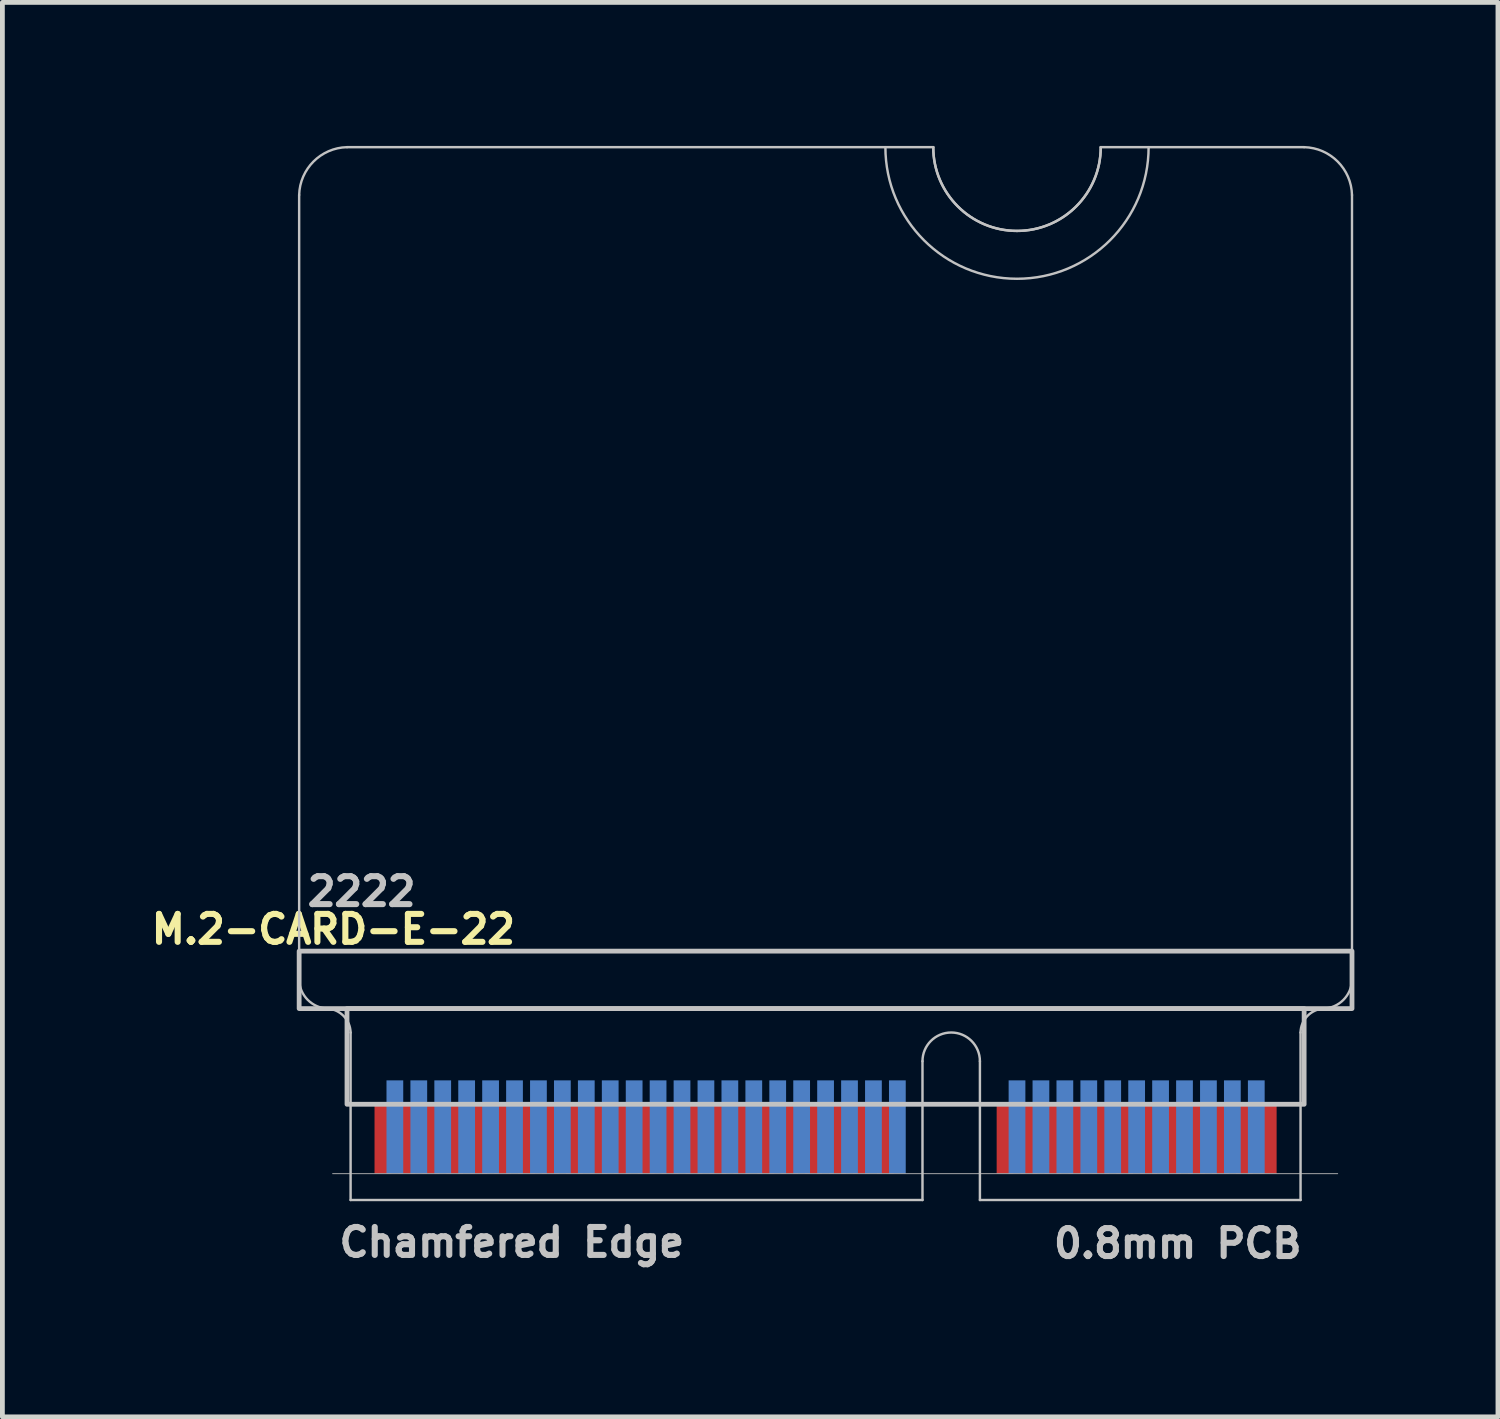
<source format=kicad_pcb>
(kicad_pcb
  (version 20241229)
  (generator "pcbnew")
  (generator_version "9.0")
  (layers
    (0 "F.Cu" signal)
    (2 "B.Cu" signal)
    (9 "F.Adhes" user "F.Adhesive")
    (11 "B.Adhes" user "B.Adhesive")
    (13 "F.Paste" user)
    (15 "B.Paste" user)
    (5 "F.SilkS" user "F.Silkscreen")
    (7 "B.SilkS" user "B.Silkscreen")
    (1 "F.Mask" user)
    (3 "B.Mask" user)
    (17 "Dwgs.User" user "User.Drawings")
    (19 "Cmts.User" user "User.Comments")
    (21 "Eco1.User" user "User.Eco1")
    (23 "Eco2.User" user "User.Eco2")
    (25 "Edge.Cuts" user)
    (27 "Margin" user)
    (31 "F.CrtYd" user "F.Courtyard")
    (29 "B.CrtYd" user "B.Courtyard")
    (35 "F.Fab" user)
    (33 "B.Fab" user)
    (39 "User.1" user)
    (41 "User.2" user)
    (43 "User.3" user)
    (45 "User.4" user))
  (footprint "M.2-CARD-E-22"
    (layer "F.Cu")
    (at 14.201 22.025)
    (property "Reference" "M.2-CARD-E-22" (at -10.285 -5.658 0) (layer "F.SilkS") (effects (font (size 0.584 0.584) (thickness 0.127))))
    (attr through_hole)
    (fp_poly (pts (xy 1.25 -22) (xy 2.25 -22) (xy 2.277 -21.696) (xy 2.356 -21.401) (xy 2.484 -21.125) (xy 2.659 -20.875) (xy 2.875 -20.659) (xy 3.125 -20.484) (xy 3.401 -20.356) (xy 3.696 -20.277) (xy 4 -20.25) (xy 4.304 -20.277) (xy 4.599 -20.356) (xy 4.875 -20.484) (xy 5.125 -20.659) (xy 5.341 -20.875) (xy 5.516 -21.125) (xy 5.644 -21.401) (xy 5.75 -22) (xy 6.75 -22) (xy 6.726 -21.641) (xy 6.656 -21.288) (xy 6.541 -20.948) (xy 6.382 -20.625) (xy 6.182 -20.326) (xy 5.945 -20.055) (xy 5.674 -19.818) (xy 5.375 -19.618) (xy 5.052 -19.459) (xy 4.712 -19.344) (xy 4 -19.25) (xy 3.641 -19.274) (xy 3.288 -19.344) (xy 2.948 -19.459) (xy 2.625 -19.618) (xy 2.326 -19.818) (xy 2.055 -20.055) (xy 1.818 -20.326) (xy 1.618 -20.625) (xy 1.459 -20.948) (xy 1.344 -21.288) (xy 1.274 -21.641)) (stroke (width 0) (type solid)) (fill yes) (layer "F.Mask"))
    (fp_line (start -11 -21) (end -11 -4.6) (stroke (width 0.051) (type solid)) (layer "Dwgs.User"))
    (fp_line (start -9.925 0) (end -9.925 -3.5) (stroke (width 0.051) (type solid)) (layer "Dwgs.User"))
    (fp_line (start 2.025 -2.9) (end 2.025 0) (stroke (width 0.051) (type solid)) (layer "Dwgs.User"))
    (fp_line (start 2.025 0) (end -9.925 0) (stroke (width 0.051) (type solid)) (layer "Dwgs.User"))
    (fp_line (start 2.25 -22) (end -10 -22) (stroke (width 0.051) (type solid)) (layer "Dwgs.User"))
    (fp_line (start 3.225 -2.9) (end 3.225 0) (stroke (width 0.051) (type solid)) (layer "Dwgs.User"))
    (fp_line (start 9.925 -3.5) (end 9.925 0) (stroke (width 0.051) (type solid)) (layer "Dwgs.User"))
    (fp_line (start 9.925 0) (end 3.225 0) (stroke (width 0.051) (type solid)) (layer "Dwgs.User"))
    (fp_line (start 10 -22) (end 5.75 -22) (stroke (width 0.051) (type solid)) (layer "Dwgs.User"))
    (fp_line (start 11 -21) (end 11 -4.6) (stroke (width 0.05) (type solid)) (layer "Dwgs.User"))
    (fp_arc (start -11 -21) (mid -10.7 -21.7) (end -10 -22) (stroke (width 0.05) (type solid)) (layer "Dwgs.User"))
    (fp_arc (start -10.400001 -3.999999) (mid -10.819362 -4.180638) (end -11 -4.6) (stroke (width 0.05) (type solid)) (layer "Dwgs.User"))
    (fp_arc (start -10.4 -4) (mid -10.066759 -3.840954) (end -9.925 -3.5) (stroke (width 0.0508) (type solid)) (layer "Dwgs.User"))
    (fp_arc (start 2.025 -2.9) (mid 2.625 -3.5) (end 3.225 -2.9) (stroke (width 0.0508) (type solid)) (layer "Dwgs.User"))
    (fp_arc (start 5.75 -22) (mid 4 -20.25) (end 2.25 -22) (stroke (width 0.0508) (type solid)) (layer "Dwgs.User"))
    (fp_arc (start 5.75 -22) (mid 4 -20.25) (end 2.25 -22) (stroke (width 0.0508) (type solid)) (layer "Dwgs.User"))
    (fp_arc (start 6.75 -22) (mid 4 -19.25) (end 1.25 -22) (stroke (width 0.0508) (type solid)) (layer "Dwgs.User"))
    (fp_arc (start 9.925 -3.5) (mid 10.065344 -3.842298) (end 10.4 -4) (stroke (width 0.0508) (type solid)) (layer "Dwgs.User"))
    (fp_arc (start 10 -22) (mid 10.7 -21.7) (end 11 -21) (stroke (width 0.05) (type solid)) (layer "Dwgs.User"))
    (fp_arc (start 10.999999 -4.599999) (mid 10.819361 -4.180638) (end 10.4 -4) (stroke (width 0.05) (type solid)) (layer "Dwgs.User"))
    (fp_poly (pts (xy 10 -4) (xy -10 -4) (xy -10 -2) (xy 10 -2)) (stroke (width 0.1) (type solid)) (fill no) (layer "Dwgs.User"))
    (fp_poly (pts (xy 11 -5.2) (xy -11 -5.2) (xy -11 -4) (xy 11 -4)) (stroke (width 0.1) (type solid)) (fill no) (layer "Dwgs.User"))
    (fp_line (start -10.3 -0.55) (end 10.7 -0.55) (stroke (width 0.02) (type solid)) (layer "F.Fab"))
    (fp_text user "2222" (at -8.5 -6.788 0) (layer "Dwgs.User") (effects (font (size 0.584 0.584) (thickness 0.127)) (justify right top)))
    (fp_text user "0.8mm PCB" (at 10.015 0.566 0) (layer "Dwgs.User") (effects (font (size 0.584 0.584) (thickness 0.127)) (justify right top)))
    (fp_text user "Chamfered Edge" (at -2.885 0.542 0) (layer "Dwgs.User") (effects (font (size 0.584 0.584) (thickness 0.127)) (justify right top)))
    (pad "1" smd rect (at 9.25 -1.275 180) (size 0.35 1.45) (layers "F.Cu" "F.Mask"))
    (pad "2" smd rect (at 9 -1.525) (size 0.35 1.95) (layers "B.Cu" "B.Mask"))
    (pad "3" smd rect (at 8.75 -1.275 180) (size 0.35 1.45) (layers "F.Cu" "F.Mask"))
    (pad "4" smd rect (at 8.5 -1.525) (size 0.35 1.95) (layers "B.Cu" "B.Mask"))
    (pad "5" smd rect (at 8.25 -1.275 180) (size 0.35 1.45) (layers "F.Cu" "F.Mask"))
    (pad "6" smd rect (at 8 -1.525) (size 0.35 1.95) (layers "B.Cu" "B.Mask"))
    (pad "7" smd rect (at 7.75 -1.275 180) (size 0.35 1.45) (layers "F.Cu" "F.Mask"))
    (pad "8" smd rect (at 7.5 -1.525) (size 0.35 1.95) (layers "B.Cu" "B.Mask"))
    (pad "9" smd rect (at 7.25 -1.275 180) (size 0.35 1.45) (layers "F.Cu" "F.Mask"))
    (pad "10" smd rect (at 7 -1.525) (size 0.35 1.95) (layers "B.Cu" "B.Mask"))
    (pad "11" smd rect (at 6.75 -1.275 180) (size 0.35 1.45) (layers "F.Cu" "F.Mask"))
    (pad "12" smd rect (at 6.5 -1.525) (size 0.35 1.95) (layers "B.Cu" "B.Mask"))
    (pad "13" smd rect (at 6.25 -1.275 180) (size 0.35 1.45) (layers "F.Cu" "F.Mask"))
    (pad "14" smd rect (at 6 -1.525) (size 0.35 1.95) (layers "B.Cu" "B.Mask"))
    (pad "15" smd rect (at 5.75 -1.275 180) (size 0.35 1.45) (layers "F.Cu" "F.Mask"))
    (pad "16" smd rect (at 5.5 -1.525) (size 0.35 1.95) (layers "B.Cu" "B.Mask"))
    (pad "17" smd rect (at 5.25 -1.275 180) (size 0.35 1.45) (layers "F.Cu" "F.Mask"))
    (pad "18" smd rect (at 5 -1.525) (size 0.35 1.95) (layers "B.Cu" "B.Mask"))
    (pad "19" smd rect (at 4.75 -1.275 180) (size 0.35 1.45) (layers "F.Cu" "F.Mask"))
    (pad "20" smd rect (at 4.5 -1.525) (size 0.35 1.95) (layers "B.Cu" "B.Mask"))
    (pad "21" smd rect (at 4.25 -1.275 180) (size 0.35 1.45) (layers "F.Cu" "F.Mask"))
    (pad "22" smd rect (at 4 -1.525) (size 0.35 1.95) (layers "B.Cu" "B.Mask"))
    (pad "23" smd rect (at 3.75 -1.275 180) (size 0.35 1.45) (layers "F.Cu" "F.Mask"))
    (pad "32" smd rect (at 1.5 -1.525) (size 0.35 1.95) (layers "B.Cu" "B.Mask"))
    (pad "33" smd rect (at 1.25 -1.275 180) (size 0.35 1.45) (layers "F.Cu" "F.Mask"))
    (pad "34" smd rect (at 1 -1.525) (size 0.35 1.95) (layers "B.Cu" "B.Mask"))
    (pad "35" smd rect (at 0.75 -1.275 180) (size 0.35 1.45) (layers "F.Cu" "F.Mask"))
    (pad "36" smd rect (at 0.5 -1.525) (size 0.35 1.95) (layers "B.Cu" "B.Mask"))
    (pad "37" smd rect (at 0.25 -1.275 180) (size 0.35 1.45) (layers "F.Cu" "F.Mask"))
    (pad "38" smd rect (at 0 -1.525) (size 0.35 1.95) (layers "B.Cu" "B.Mask"))
    (pad "39" smd rect (at -0.25 -1.275 180) (size 0.35 1.45) (layers "F.Cu" "F.Mask"))
    (pad "40" smd rect (at -0.5 -1.525) (size 0.35 1.95) (layers "B.Cu" "B.Mask"))
    (pad "41" smd rect (at -0.75 -1.275 180) (size 0.35 1.45) (layers "F.Cu" "F.Mask"))
    (pad "42" smd rect (at -1 -1.525) (size 0.35 1.95) (layers "B.Cu" "B.Mask"))
    (pad "43" smd rect (at -1.25 -1.275 180) (size 0.35 1.45) (layers "F.Cu" "F.Mask"))
    (pad "44" smd rect (at -1.5 -1.525) (size 0.35 1.95) (layers "B.Cu" "B.Mask"))
    (pad "45" smd rect (at -1.75 -1.275 180) (size 0.35 1.45) (layers "F.Cu" "F.Mask"))
    (pad "46" smd rect (at -2 -1.525) (size 0.35 1.95) (layers "B.Cu" "B.Mask"))
    (pad "47" smd rect (at -2.25 -1.275 180) (size 0.35 1.45) (layers "F.Cu" "F.Mask"))
    (pad "48" smd rect (at -2.5 -1.525) (size 0.35 1.95) (layers "B.Cu" "B.Mask"))
    (pad "49" smd rect (at -2.75 -1.275 180) (size 0.35 1.45) (layers "F.Cu" "F.Mask"))
    (pad "50" smd rect (at -3 -1.525) (size 0.35 1.95) (layers "B.Cu" "B.Mask"))
    (pad "51" smd rect (at -3.25 -1.275 180) (size 0.35 1.45) (layers "F.Cu" "F.Mask"))
    (pad "52" smd rect (at -3.5 -1.525) (size 0.35 1.95) (layers "B.Cu" "B.Mask"))
    (pad "53" smd rect (at -3.75 -1.275 180) (size 0.35 1.45) (layers "F.Cu" "F.Mask"))
    (pad "54" smd rect (at -4 -1.525) (size 0.35 1.95) (layers "B.Cu" "B.Mask"))
    (pad "55" smd rect (at -4.25 -1.275 180) (size 0.35 1.45) (layers "F.Cu" "F.Mask"))
    (pad "56" smd rect (at -4.5 -1.525) (size 0.35 1.95) (layers "B.Cu" "B.Mask"))
    (pad "57" smd rect (at -4.75 -1.275 180) (size 0.35 1.45) (layers "F.Cu" "F.Mask"))
    (pad "58" smd rect (at -5 -1.525) (size 0.35 1.95) (layers "B.Cu" "B.Mask"))
    (pad "59" smd rect (at -5.25 -1.275 180) (size 0.35 1.45) (layers "F.Cu" "F.Mask"))
    (pad "60" smd rect (at -5.5 -1.525) (size 0.35 1.95) (layers "B.Cu" "B.Mask"))
    (pad "61" smd rect (at -5.75 -1.275 180) (size 0.35 1.45) (layers "F.Cu" "F.Mask"))
    (pad "62" smd rect (at -6 -1.525) (size 0.35 1.95) (layers "B.Cu" "B.Mask"))
    (pad "63" smd rect (at -6.25 -1.275 180) (size 0.35 1.45) (layers "F.Cu" "F.Mask"))
    (pad "64" smd rect (at -6.5 -1.525) (size 0.35 1.95) (layers "B.Cu" "B.Mask"))
    (pad "65" smd rect (at -6.75 -1.275 180) (size 0.35 1.45) (layers "F.Cu" "F.Mask"))
    (pad "66" smd rect (at -7 -1.525) (size 0.35 1.95) (layers "B.Cu" "B.Mask"))
    (pad "67" smd rect (at -7.25 -1.275 180) (size 0.35 1.45) (layers "F.Cu" "F.Mask"))
    (pad "68" smd rect (at -7.5 -1.525) (size 0.35 1.95) (layers "B.Cu" "B.Mask"))
    (pad "69" smd rect (at -7.75 -1.275 180) (size 0.35 1.45) (layers "F.Cu" "F.Mask"))
    (pad "70" smd rect (at -8 -1.525) (size 0.35 1.95) (layers "B.Cu" "B.Mask"))
    (pad "71" smd rect (at -8.25 -1.275 180) (size 0.35 1.45) (layers "F.Cu" "F.Mask"))
    (pad "72" smd rect (at -8.5 -1.525) (size 0.35 1.95) (layers "B.Cu" "B.Mask"))
    (pad "73" smd rect (at -8.75 -1.275 180) (size 0.35 1.45) (layers "F.Cu" "F.Mask"))
    (pad "74" smd rect (at -9 -1.525) (size 0.35 1.95) (layers "B.Cu" "B.Mask"))
    (pad "75" smd rect (at -9.25 -1.275 180) (size 0.35 1.45) (layers "F.Cu" "F.Mask")))
  (gr_rect
    (start -3 -3)
    (end 28.251 26.556)
    (stroke (width 0.1) (type default))
    (fill no)
    (layer "Edge.Cuts")))
</source>
